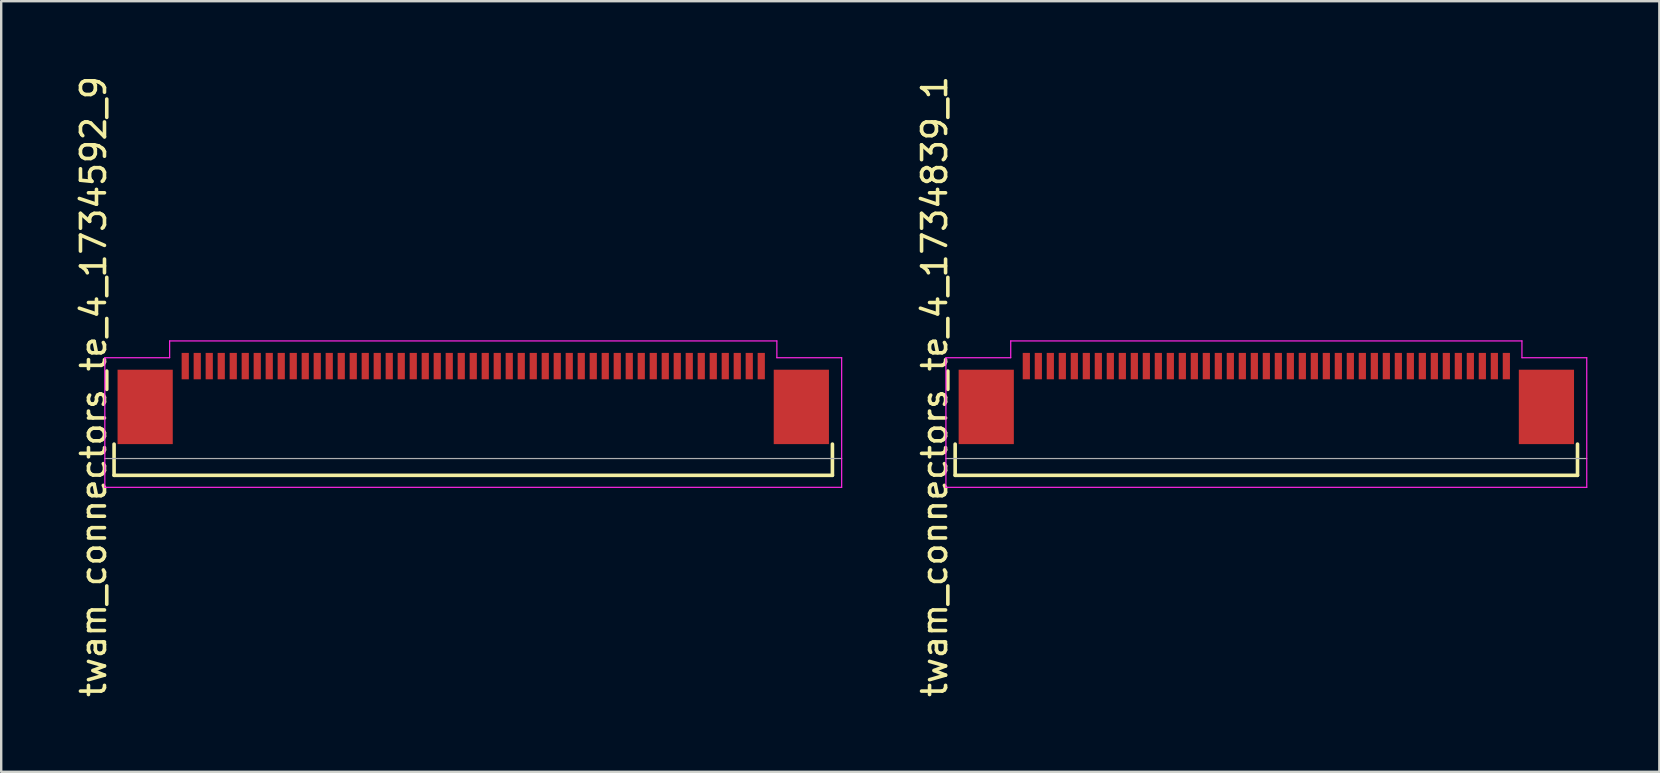
<source format=kicad_pcb>
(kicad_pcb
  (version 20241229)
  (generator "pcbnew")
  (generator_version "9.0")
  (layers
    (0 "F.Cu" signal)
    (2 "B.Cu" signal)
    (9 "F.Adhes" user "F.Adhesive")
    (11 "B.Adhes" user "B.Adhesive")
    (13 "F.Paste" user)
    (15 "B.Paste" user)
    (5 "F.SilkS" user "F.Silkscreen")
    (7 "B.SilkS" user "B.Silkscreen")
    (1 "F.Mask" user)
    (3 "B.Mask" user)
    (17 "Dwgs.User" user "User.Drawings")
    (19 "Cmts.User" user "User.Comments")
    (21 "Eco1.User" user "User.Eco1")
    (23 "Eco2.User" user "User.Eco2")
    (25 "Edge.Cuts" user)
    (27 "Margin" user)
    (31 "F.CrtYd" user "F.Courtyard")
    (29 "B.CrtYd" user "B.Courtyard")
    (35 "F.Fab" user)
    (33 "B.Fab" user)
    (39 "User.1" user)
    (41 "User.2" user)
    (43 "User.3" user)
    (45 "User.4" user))
  (footprint "twam_connectors_te_4_1734839_1"
    (layer "F.Cu")
    (at 49.712 13.054)
    (property "Reference" "twam_connectors_te_4_1734839_1" (at -13.82 0 270) (layer "F.SilkS") (effects (font (size 1 1) (thickness 0.15))))
    (attr smd)
    (fp_line (start -12.965 2.4) (end -12.965 3.7) (stroke (width 0.15) (type solid)) (layer "F.SilkS"))
    (fp_line (start -12.965 3.7) (end 12.965 3.7) (stroke (width 0.15) (type solid)) (layer "F.SilkS"))
    (fp_line (start 12.965 2.4) (end 12.965 3.7) (stroke (width 0.15) (type solid)) (layer "F.SilkS"))
    (fp_line (start -13.35 -1.2) (end -13.35 4.2) (stroke (width 0.05) (type solid)) (layer "F.CrtYd"))
    (fp_line (start -13.35 -1.2) (end -10.65 -1.2) (stroke (width 0.05) (type solid)) (layer "F.CrtYd"))
    (fp_line (start -13.35 4.2) (end 13.35 4.2) (stroke (width 0.05) (type solid)) (layer "F.CrtYd"))
    (fp_line (start -10.65 -1.9) (end -10.65 -1.2) (stroke (width 0.05) (type solid)) (layer "F.CrtYd"))
    (fp_line (start -10.65 -1.9) (end 10.65 -1.9) (stroke (width 0.05) (type solid)) (layer "F.CrtYd"))
    (fp_line (start 10.65 -1.9) (end 10.65 -1.2) (stroke (width 0.05) (type solid)) (layer "F.CrtYd"))
    (fp_line (start 10.65 -1.2) (end 13.35 -1.2) (stroke (width 0.05) (type solid)) (layer "F.CrtYd"))
    (fp_line (start 13.35 -1.2) (end 13.35 4.2) (stroke (width 0.05) (type solid)) (layer "F.CrtYd"))
    (fp_line (start -13.35 3) (end 13.35 3) (stroke (width 0.05) (type solid)) (layer "F.Fab"))
    (pad "1" smd rect (at 10 -0.85) (size 0.3 1.1) (layers "F.Cu" "F.Mask" "F.Paste"))
    (pad "2" smd rect (at 9.5 -0.85) (size 0.3 1.1) (layers "F.Cu" "F.Mask" "F.Paste"))
    (pad "3" smd rect (at 9 -0.85) (size 0.3 1.1) (layers "F.Cu" "F.Mask" "F.Paste"))
    (pad "4" smd rect (at 8.5 -0.85) (size 0.3 1.1) (layers "F.Cu" "F.Mask" "F.Paste"))
    (pad "5" smd rect (at 8 -0.85) (size 0.3 1.1) (layers "F.Cu" "F.Mask" "F.Paste"))
    (pad "6" smd rect (at 7.5 -0.85) (size 0.3 1.1) (layers "F.Cu" "F.Mask" "F.Paste"))
    (pad "7" smd rect (at 7 -0.85) (size 0.3 1.1) (layers "F.Cu" "F.Mask" "F.Paste"))
    (pad "8" smd rect (at 6.5 -0.85) (size 0.3 1.1) (layers "F.Cu" "F.Mask" "F.Paste"))
    (pad "9" smd rect (at 6 -0.85) (size 0.3 1.1) (layers "F.Cu" "F.Mask" "F.Paste"))
    (pad "10" smd rect (at 5.5 -0.85) (size 0.3 1.1) (layers "F.Cu" "F.Mask" "F.Paste"))
    (pad "11" smd rect (at 5 -0.85) (size 0.3 1.1) (layers "F.Cu" "F.Mask" "F.Paste"))
    (pad "12" smd rect (at 4.5 -0.85) (size 0.3 1.1) (layers "F.Cu" "F.Mask" "F.Paste"))
    (pad "13" smd rect (at 4 -0.85) (size 0.3 1.1) (layers "F.Cu" "F.Mask" "F.Paste"))
    (pad "14" smd rect (at 3.5 -0.85) (size 0.3 1.1) (layers "F.Cu" "F.Mask" "F.Paste"))
    (pad "15" smd rect (at 3 -0.85) (size 0.3 1.1) (layers "F.Cu" "F.Mask" "F.Paste"))
    (pad "16" smd rect (at 2.5 -0.85) (size 0.3 1.1) (layers "F.Cu" "F.Mask" "F.Paste"))
    (pad "17" smd rect (at 2 -0.85) (size 0.3 1.1) (layers "F.Cu" "F.Mask" "F.Paste"))
    (pad "18" smd rect (at 1.5 -0.85) (size 0.3 1.1) (layers "F.Cu" "F.Mask" "F.Paste"))
    (pad "19" smd rect (at 1 -0.85) (size 0.3 1.1) (layers "F.Cu" "F.Mask" "F.Paste"))
    (pad "20" smd rect (at 0.5 -0.85) (size 0.3 1.1) (layers "F.Cu" "F.Mask" "F.Paste"))
    (pad "21" smd rect (at 0 -0.85) (size 0.3 1.1) (layers "F.Cu" "F.Mask" "F.Paste"))
    (pad "22" smd rect (at -0.5 -0.85) (size 0.3 1.1) (layers "F.Cu" "F.Mask" "F.Paste"))
    (pad "23" smd rect (at -1 -0.85) (size 0.3 1.1) (layers "F.Cu" "F.Mask" "F.Paste"))
    (pad "24" smd rect (at -1.5 -0.85) (size 0.3 1.1) (layers "F.Cu" "F.Mask" "F.Paste"))
    (pad "25" smd rect (at -2 -0.85) (size 0.3 1.1) (layers "F.Cu" "F.Mask" "F.Paste"))
    (pad "26" smd rect (at -2.5 -0.85) (size 0.3 1.1) (layers "F.Cu" "F.Mask" "F.Paste"))
    (pad "27" smd rect (at -3 -0.85) (size 0.3 1.1) (layers "F.Cu" "F.Mask" "F.Paste"))
    (pad "28" smd rect (at -3.5 -0.85) (size 0.3 1.1) (layers "F.Cu" "F.Mask" "F.Paste"))
    (pad "29" smd rect (at -4 -0.85) (size 0.3 1.1) (layers "F.Cu" "F.Mask" "F.Paste"))
    (pad "30" smd rect (at -4.5 -0.85) (size 0.3 1.1) (layers "F.Cu" "F.Mask" "F.Paste"))
    (pad "31" smd rect (at -5 -0.85) (size 0.3 1.1) (layers "F.Cu" "F.Mask" "F.Paste"))
    (pad "32" smd rect (at -5.5 -0.85) (size 0.3 1.1) (layers "F.Cu" "F.Mask" "F.Paste"))
    (pad "33" smd rect (at -6 -0.85) (size 0.3 1.1) (layers "F.Cu" "F.Mask" "F.Paste"))
    (pad "34" smd rect (at -6.5 -0.85) (size 0.3 1.1) (layers "F.Cu" "F.Mask" "F.Paste"))
    (pad "35" smd rect (at -7 -0.85) (size 0.3 1.1) (layers "F.Cu" "F.Mask" "F.Paste"))
    (pad "36" smd rect (at -7.5 -0.85) (size 0.3 1.1) (layers "F.Cu" "F.Mask" "F.Paste"))
    (pad "37" smd rect (at -8 -0.85) (size 0.3 1.1) (layers "F.Cu" "F.Mask" "F.Paste"))
    (pad "38" smd rect (at -8.5 -0.85) (size 0.3 1.1) (layers "F.Cu" "F.Mask" "F.Paste"))
    (pad "39" smd rect (at -9 -0.85) (size 0.3 1.1) (layers "F.Cu" "F.Mask" "F.Paste"))
    (pad "40" smd rect (at -9.5 -0.85) (size 0.3 1.1) (layers "F.Cu" "F.Mask" "F.Paste"))
    (pad "41" smd rect (at -10 -0.85) (size 0.3 1.1) (layers "F.Cu" "F.Mask" "F.Paste"))
    (pad "F1" smd rect (at -11.67 0.85) (size 2.3 3.1) (layers "F.Cu" "F.Mask" "F.Paste"))
    (pad "F2" smd rect (at 11.67 0.85) (size 2.3 3.1) (layers "F.Cu" "F.Mask" "F.Paste")))
  (footprint "twam_connectors_te_4_1734592_9"
    (layer "F.Cu")
    (at 16.668 13.054)
    (property "Reference" "twam_connectors_te_4_1734592_9" (at -15.82 0 270) (layer "F.SilkS") (effects (font (size 1 1) (thickness 0.15))))
    (attr smd)
    (fp_line (start -14.965 2.4) (end -14.965 3.7) (stroke (width 0.15) (type solid)) (layer "F.SilkS"))
    (fp_line (start -14.965 3.7) (end 14.965 3.7) (stroke (width 0.15) (type solid)) (layer "F.SilkS"))
    (fp_line (start 14.965 2.4) (end 14.965 3.7) (stroke (width 0.15) (type solid)) (layer "F.SilkS"))
    (fp_line (start -15.35 -1.2) (end -15.35 4.2) (stroke (width 0.05) (type solid)) (layer "F.CrtYd"))
    (fp_line (start -15.35 -1.2) (end -12.65 -1.2) (stroke (width 0.05) (type solid)) (layer "F.CrtYd"))
    (fp_line (start -15.35 4.2) (end 15.35 4.2) (stroke (width 0.05) (type solid)) (layer "F.CrtYd"))
    (fp_line (start -12.65 -1.9) (end -12.65 -1.2) (stroke (width 0.05) (type solid)) (layer "F.CrtYd"))
    (fp_line (start -12.65 -1.9) (end 12.65 -1.9) (stroke (width 0.05) (type solid)) (layer "F.CrtYd"))
    (fp_line (start 12.65 -1.9) (end 12.65 -1.2) (stroke (width 0.05) (type solid)) (layer "F.CrtYd"))
    (fp_line (start 12.65 -1.2) (end 15.35 -1.2) (stroke (width 0.05) (type solid)) (layer "F.CrtYd"))
    (fp_line (start 15.35 -1.2) (end 15.35 4.2) (stroke (width 0.05) (type solid)) (layer "F.CrtYd"))
    (fp_line (start -15.35 3) (end 15.35 3) (stroke (width 0.05) (type solid)) (layer "F.Fab"))
    (pad "1" smd rect (at -12 -0.85) (size 0.3 1.1) (layers "F.Cu" "F.Mask" "F.Paste"))
    (pad "2" smd rect (at -11.5 -0.85) (size 0.3 1.1) (layers "F.Cu" "F.Mask" "F.Paste"))
    (pad "3" smd rect (at -11 -0.85) (size 0.3 1.1) (layers "F.Cu" "F.Mask" "F.Paste"))
    (pad "4" smd rect (at -10.5 -0.85) (size 0.3 1.1) (layers "F.Cu" "F.Mask" "F.Paste"))
    (pad "5" smd rect (at -10 -0.85) (size 0.3 1.1) (layers "F.Cu" "F.Mask" "F.Paste"))
    (pad "6" smd rect (at -9.5 -0.85) (size 0.3 1.1) (layers "F.Cu" "F.Mask" "F.Paste"))
    (pad "7" smd rect (at -9 -0.85) (size 0.3 1.1) (layers "F.Cu" "F.Mask" "F.Paste"))
    (pad "8" smd rect (at -8.5 -0.85) (size 0.3 1.1) (layers "F.Cu" "F.Mask" "F.Paste"))
    (pad "9" smd rect (at -8 -0.85) (size 0.3 1.1) (layers "F.Cu" "F.Mask" "F.Paste"))
    (pad "10" smd rect (at -7.5 -0.85) (size 0.3 1.1) (layers "F.Cu" "F.Mask" "F.Paste"))
    (pad "11" smd rect (at -7 -0.85) (size 0.3 1.1) (layers "F.Cu" "F.Mask" "F.Paste"))
    (pad "12" smd rect (at -6.5 -0.85) (size 0.3 1.1) (layers "F.Cu" "F.Mask" "F.Paste"))
    (pad "13" smd rect (at -6 -0.85) (size 0.3 1.1) (layers "F.Cu" "F.Mask" "F.Paste"))
    (pad "14" smd rect (at -5.5 -0.85) (size 0.3 1.1) (layers "F.Cu" "F.Mask" "F.Paste"))
    (pad "15" smd rect (at -5 -0.85) (size 0.3 1.1) (layers "F.Cu" "F.Mask" "F.Paste"))
    (pad "16" smd rect (at -4.5 -0.85) (size 0.3 1.1) (layers "F.Cu" "F.Mask" "F.Paste"))
    (pad "17" smd rect (at -4 -0.85) (size 0.3 1.1) (layers "F.Cu" "F.Mask" "F.Paste"))
    (pad "18" smd rect (at -3.5 -0.85) (size 0.3 1.1) (layers "F.Cu" "F.Mask" "F.Paste"))
    (pad "19" smd rect (at -3 -0.85) (size 0.3 1.1) (layers "F.Cu" "F.Mask" "F.Paste"))
    (pad "20" smd rect (at -2.5 -0.85) (size 0.3 1.1) (layers "F.Cu" "F.Mask" "F.Paste"))
    (pad "21" smd rect (at -2 -0.85) (size 0.3 1.1) (layers "F.Cu" "F.Mask" "F.Paste"))
    (pad "22" smd rect (at -1.5 -0.85) (size 0.3 1.1) (layers "F.Cu" "F.Mask" "F.Paste"))
    (pad "23" smd rect (at -1 -0.85) (size 0.3 1.1) (layers "F.Cu" "F.Mask" "F.Paste"))
    (pad "24" smd rect (at -0.5 -0.85) (size 0.3 1.1) (layers "F.Cu" "F.Mask" "F.Paste"))
    (pad "25" smd rect (at 0 -0.85) (size 0.3 1.1) (layers "F.Cu" "F.Mask" "F.Paste"))
    (pad "26" smd rect (at 0.5 -0.85) (size 0.3 1.1) (layers "F.Cu" "F.Mask" "F.Paste"))
    (pad "27" smd rect (at 1 -0.85) (size 0.3 1.1) (layers "F.Cu" "F.Mask" "F.Paste"))
    (pad "28" smd rect (at 1.5 -0.85) (size 0.3 1.1) (layers "F.Cu" "F.Mask" "F.Paste"))
    (pad "29" smd rect (at 2 -0.85) (size 0.3 1.1) (layers "F.Cu" "F.Mask" "F.Paste"))
    (pad "30" smd rect (at 2.5 -0.85) (size 0.3 1.1) (layers "F.Cu" "F.Mask" "F.Paste"))
    (pad "31" smd rect (at 3 -0.85) (size 0.3 1.1) (layers "F.Cu" "F.Mask" "F.Paste"))
    (pad "32" smd rect (at 3.5 -0.85) (size 0.3 1.1) (layers "F.Cu" "F.Mask" "F.Paste"))
    (pad "33" smd rect (at 4 -0.85) (size 0.3 1.1) (layers "F.Cu" "F.Mask" "F.Paste"))
    (pad "34" smd rect (at 4.5 -0.85) (size 0.3 1.1) (layers "F.Cu" "F.Mask" "F.Paste"))
    (pad "35" smd rect (at 5 -0.85) (size 0.3 1.1) (layers "F.Cu" "F.Mask" "F.Paste"))
    (pad "36" smd rect (at 5.5 -0.85) (size 0.3 1.1) (layers "F.Cu" "F.Mask" "F.Paste"))
    (pad "37" smd rect (at 6 -0.85) (size 0.3 1.1) (layers "F.Cu" "F.Mask" "F.Paste"))
    (pad "38" smd rect (at 6.5 -0.85) (size 0.3 1.1) (layers "F.Cu" "F.Mask" "F.Paste"))
    (pad "39" smd rect (at 7 -0.85) (size 0.3 1.1) (layers "F.Cu" "F.Mask" "F.Paste"))
    (pad "40" smd rect (at 7.5 -0.85) (size 0.3 1.1) (layers "F.Cu" "F.Mask" "F.Paste"))
    (pad "41" smd rect (at 8 -0.85) (size 0.3 1.1) (layers "F.Cu" "F.Mask" "F.Paste"))
    (pad "42" smd rect (at 8.5 -0.85) (size 0.3 1.1) (layers "F.Cu" "F.Mask" "F.Paste"))
    (pad "43" smd rect (at 9 -0.85) (size 0.3 1.1) (layers "F.Cu" "F.Mask" "F.Paste"))
    (pad "44" smd rect (at 9.5 -0.85) (size 0.3 1.1) (layers "F.Cu" "F.Mask" "F.Paste"))
    (pad "45" smd rect (at 10 -0.85) (size 0.3 1.1) (layers "F.Cu" "F.Mask" "F.Paste"))
    (pad "46" smd rect (at 10.5 -0.85) (size 0.3 1.1) (layers "F.Cu" "F.Mask" "F.Paste"))
    (pad "47" smd rect (at 11 -0.85) (size 0.3 1.1) (layers "F.Cu" "F.Mask" "F.Paste"))
    (pad "48" smd rect (at 11.5 -0.85) (size 0.3 1.1) (layers "F.Cu" "F.Mask" "F.Paste"))
    (pad "49" smd rect (at 12 -0.85) (size 0.3 1.1) (layers "F.Cu" "F.Mask" "F.Paste"))
    (pad "F1" smd rect (at -13.67 0.85) (size 2.3 3.1) (layers "F.Cu" "F.Mask" "F.Paste"))
    (pad "F2" smd rect (at 13.67 0.85) (size 2.3 3.1) (layers "F.Cu" "F.Mask" "F.Paste")))
  (gr_rect
    (start -3 -3)
    (end 66.087 29.107)
    (stroke (width 0.1) (type default))
    (fill no)
    (layer "Edge.Cuts")))
</source>
